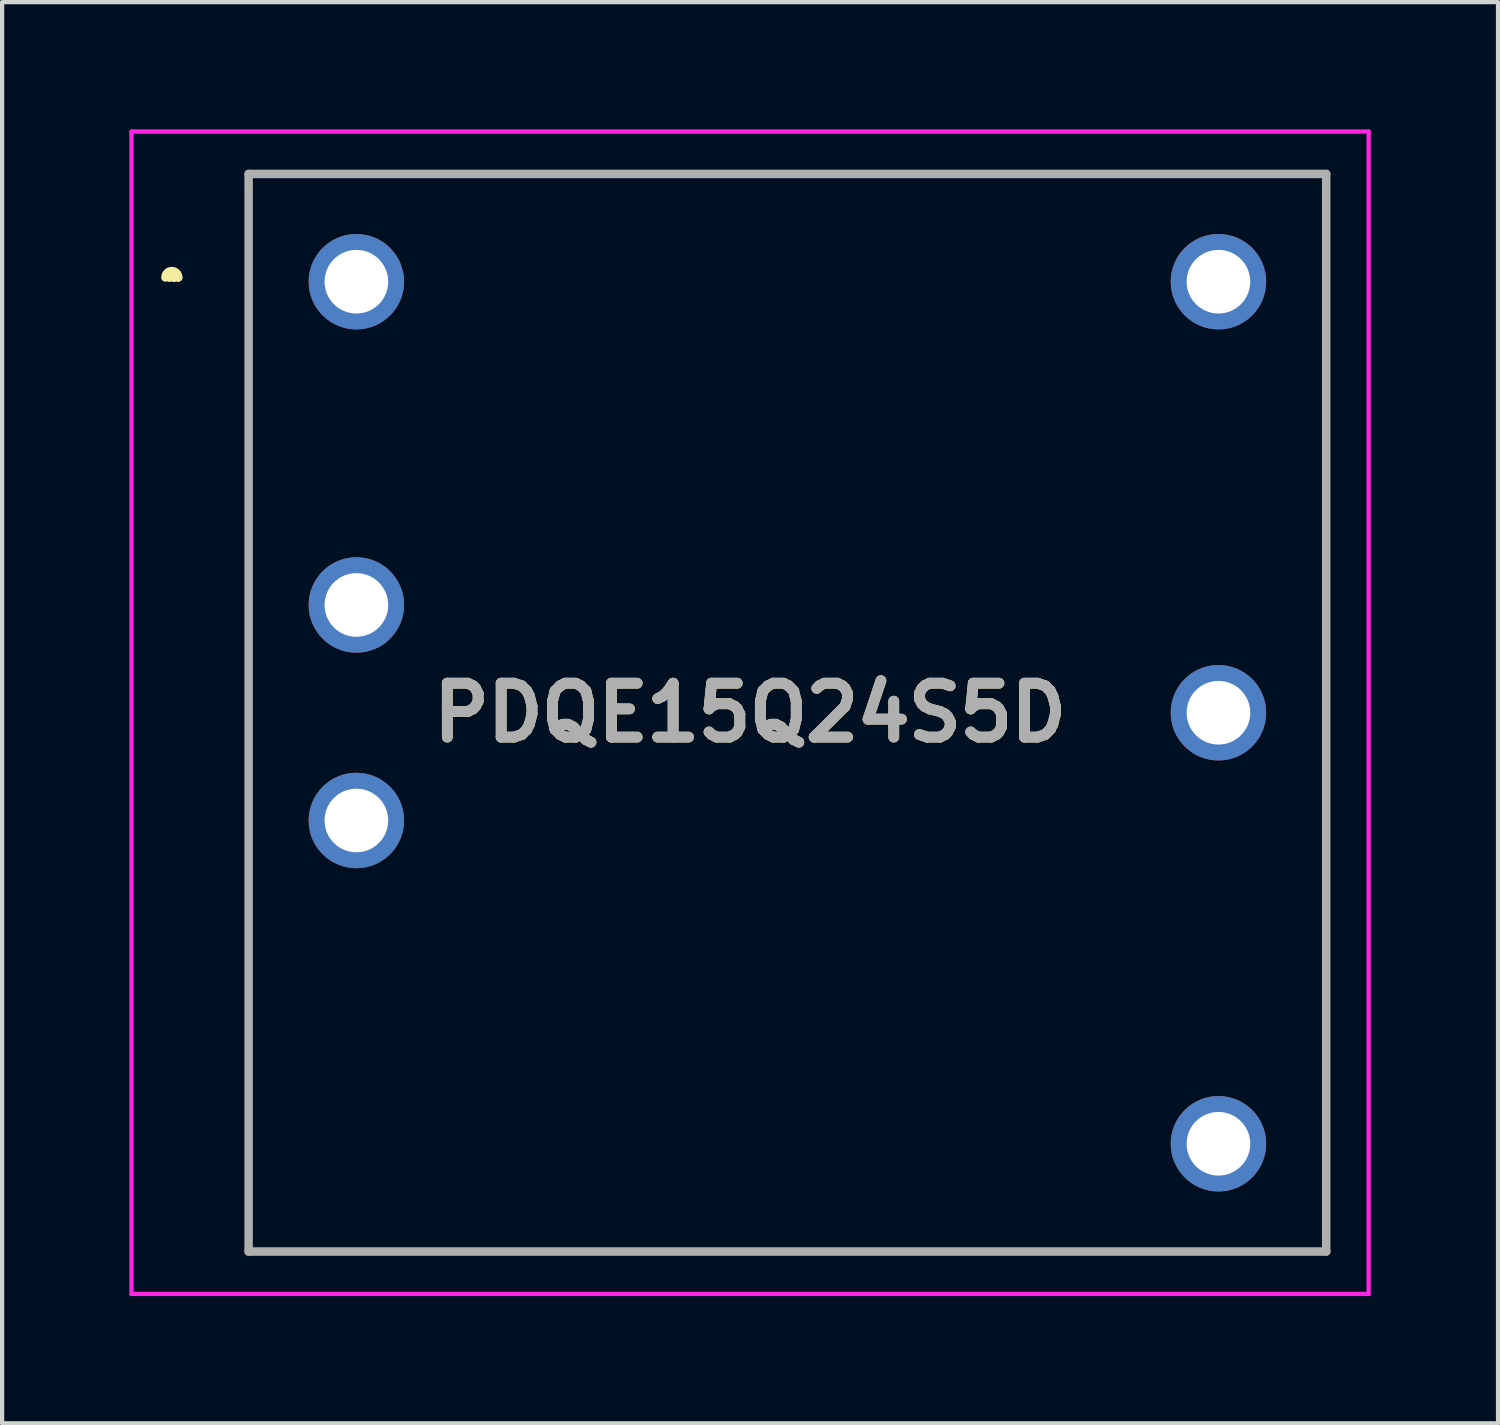
<source format=kicad_pcb>
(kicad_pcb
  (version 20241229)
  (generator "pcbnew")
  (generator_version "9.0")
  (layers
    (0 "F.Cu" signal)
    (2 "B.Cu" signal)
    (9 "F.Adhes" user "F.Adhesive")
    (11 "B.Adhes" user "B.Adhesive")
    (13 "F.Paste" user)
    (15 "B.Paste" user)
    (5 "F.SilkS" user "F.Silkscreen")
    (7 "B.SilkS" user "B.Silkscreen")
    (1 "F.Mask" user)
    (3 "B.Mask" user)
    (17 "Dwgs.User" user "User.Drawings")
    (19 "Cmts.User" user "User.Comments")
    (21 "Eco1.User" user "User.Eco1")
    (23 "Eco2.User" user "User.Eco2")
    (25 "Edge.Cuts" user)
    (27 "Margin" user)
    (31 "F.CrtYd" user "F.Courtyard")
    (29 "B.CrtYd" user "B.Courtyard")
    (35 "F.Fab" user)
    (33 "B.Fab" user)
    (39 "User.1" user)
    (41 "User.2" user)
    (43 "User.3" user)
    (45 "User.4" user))
  (footprint "PDQE15Q24S5D"
    (layer "F.Cu")
    (at 5.35 3.59)
    (property "Reference" "PDQE15Q24S5D" (at 9.28 10.16 0) (layer "F.SilkS") (effects (font (size 1.27 1.27) (thickness 0.254))))
    (attr through_hole)
    (fp_line (start -4.3 -0.1) (end -4.3 -0.1) (stroke (width 0.2) (type solid)) (layer "F.SilkS"))
    (fp_line (start -4.3 -0.1) (end -4.3 -0.1) (stroke (width 0.2) (type solid)) (layer "F.SilkS"))
    (fp_line (start -4.2 -0.1) (end -4.2 -0.1) (stroke (width 0.2) (type solid)) (layer "F.SilkS"))
    (fp_line (start -2.54 -2.54) (end -2.54 22.86) (stroke (width 0.1) (type solid)) (layer "F.SilkS"))
    (fp_line (start -2.54 22.86) (end 22.86 22.86) (stroke (width 0.1) (type solid)) (layer "F.SilkS"))
    (fp_line (start 22.86 -2.54) (end -2.54 -2.54) (stroke (width 0.1) (type solid)) (layer "F.SilkS"))
    (fp_line (start 22.86 22.86) (end 22.86 -2.54) (stroke (width 0.1) (type solid)) (layer "F.SilkS"))
    (fp_arc (start -4.5 -0.1) (mid -4.35 -0.25) (end -4.2 -0.1) (stroke (width 0.2) (type solid)) (layer "F.SilkS"))
    (fp_arc (start -4.4 -0.1) (mid -4.35 -0.15) (end -4.3 -0.1) (stroke (width 0.2) (type solid)) (layer "F.SilkS"))
    (fp_arc (start -4.4 -0.1) (mid -4.35 -0.15) (end -4.3 -0.1) (stroke (width 0.2) (type solid)) (layer "F.SilkS"))
    (fp_line (start -5.3 -3.54) (end -5.3 23.86) (stroke (width 0.1) (type solid)) (layer "F.CrtYd"))
    (fp_line (start -5.3 23.86) (end 23.86 23.86) (stroke (width 0.1) (type solid)) (layer "F.CrtYd"))
    (fp_line (start 23.86 -3.54) (end -5.3 -3.54) (stroke (width 0.1) (type solid)) (layer "F.CrtYd"))
    (fp_line (start 23.86 23.86) (end 23.86 -3.54) (stroke (width 0.1) (type solid)) (layer "F.CrtYd"))
    (fp_line (start -2.54 -2.54) (end -2.54 22.86) (stroke (width 0.2) (type solid)) (layer "F.Fab"))
    (fp_line (start -2.54 22.86) (end 22.86 22.86) (stroke (width 0.2) (type solid)) (layer "F.Fab"))
    (fp_line (start 22.86 -2.54) (end -2.54 -2.54) (stroke (width 0.2) (type solid)) (layer "F.Fab"))
    (fp_line (start 22.86 22.86) (end 22.86 -2.54) (stroke (width 0.2) (type solid)) (layer "F.Fab"))
    (fp_text user "${REFERENCE}" (at 9.28 10.16 0) (layer "F.Fab") (effects (font (size 1.27 1.27) (thickness 0.254))))
    (pad "1" thru_hole circle (at 0 0) (size 2.25 2.25) (drill 1.5) (layers "*.Cu" "*.Mask"))
    (pad "2" thru_hole circle (at 0 7.62) (size 2.25 2.25) (drill 1.5) (layers "*.Cu" "*.Mask"))
    (pad "3" thru_hole circle (at 0 12.7) (size 2.25 2.25) (drill 1.5) (layers "*.Cu" "*.Mask"))
    (pad "4" thru_hole circle (at 20.32 20.32) (size 2.25 2.25) (drill 1.5) (layers "*.Cu" "*.Mask"))
    (pad "5" thru_hole circle (at 20.32 10.16) (size 2.25 2.25) (drill 1.5) (layers "*.Cu" "*.Mask"))
    (pad "6" thru_hole circle (at 20.32 0) (size 2.25 2.25) (drill 1.5) (layers "*.Cu" "*.Mask")))
  (gr_rect
    (start -3 -3)
    (end 32.26 30.5)
    (stroke (width 0.1) (type default))
    (fill no)
    (layer "Edge.Cuts")))
</source>
